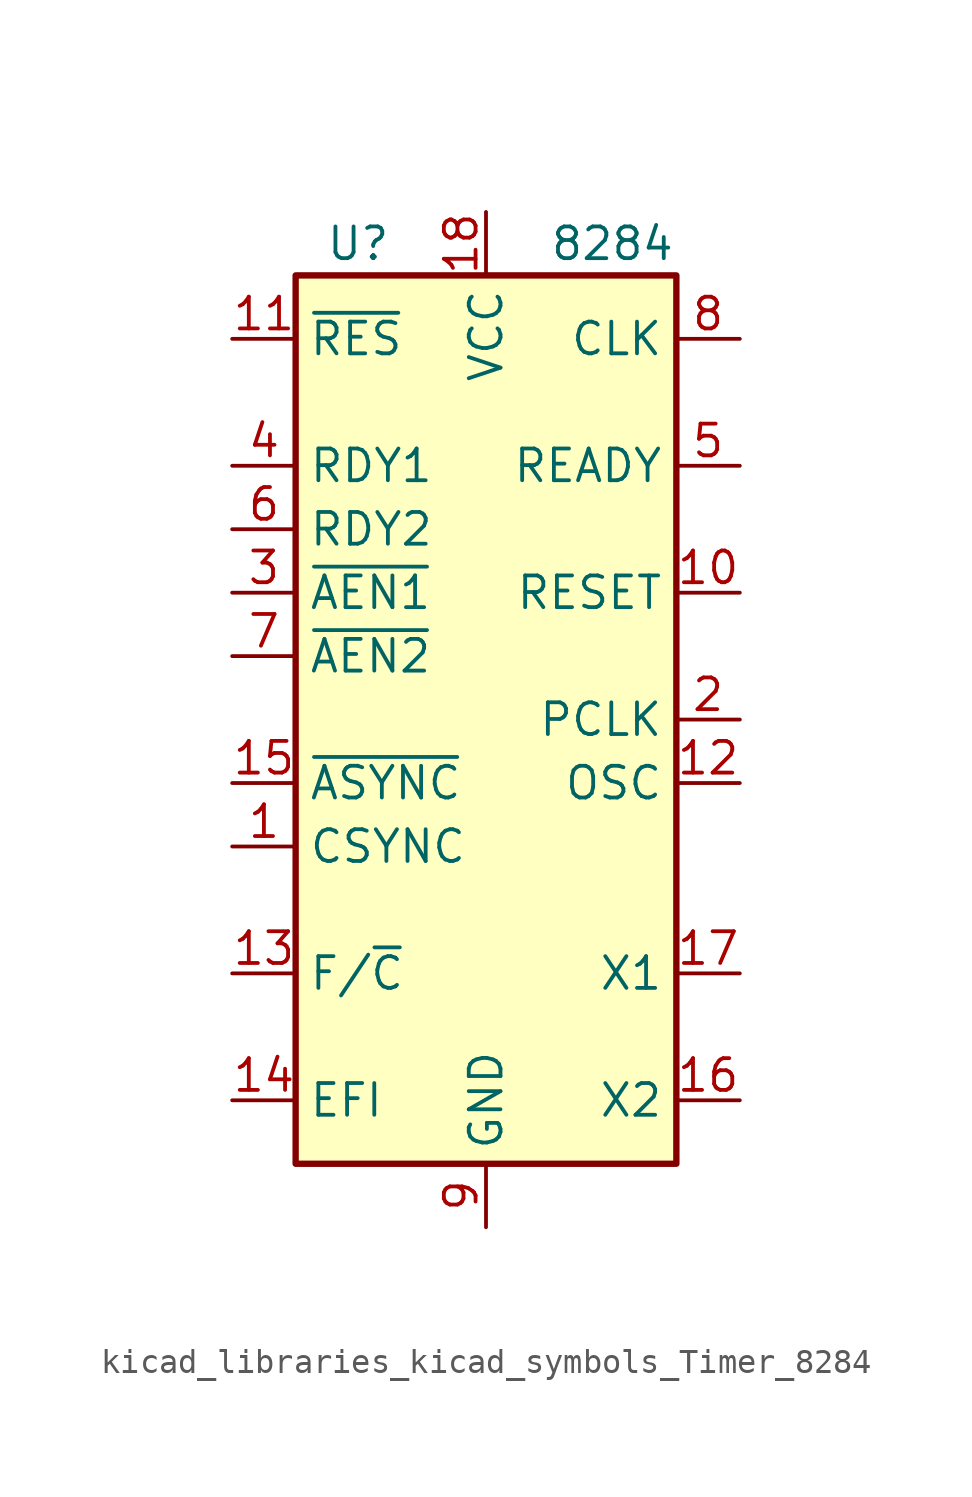
<source format=kicad_sym>
(kicad_symbol_lib
  (version 20220914)
  (generator kicad_symbol_editor)
  (symbol "kicad_libraries_kicad_symbols_Timer_8284"
    (property "Reference" "U"
      (at -3.81 19.05 0)
      (effects (font (size 1.27 1.27)) (justify right)))
    (property "Value" "8284"
      (at 2.54 19.05 0)
      (effects (font (size 1.27 1.27)) (justify left)))
    (symbol "kicad_libraries_kicad_symbols_Timer_8284_0_0"
      (rectangle (start -7.62 -17.78) (end 7.62 17.78) (stroke (width 0.254) (type default)) (fill (type background))))
    (symbol "kicad_libraries_kicad_symbols_Timer_8284_1_1"
      (pin input line (at -10.16 -5.08 0) (length 2.54) (name "CSYNC" (effects (font (size 1.27 1.27)))) (number "1" (effects (font (size 1.27 1.27)))))
      (pin output line (at 10.16 5.08 180) (length 2.54) (name "RESET" (effects (font (size 1.27 1.27)))) (number "10" (effects (font (size 1.27 1.27)))))
      (pin input line (at -10.16 15.24 0) (length 2.54) (name "~{RES}" (effects (font (size 1.27 1.27)))) (number "11" (effects (font (size 1.27 1.27)))))
      (pin output line (at 10.16 -2.54 180) (length 2.54) (name "OSC" (effects (font (size 1.27 1.27)))) (number "12" (effects (font (size 1.27 1.27)))))
      (pin input line (at -10.16 -10.16 0) (length 2.54) (name "F/~{C}" (effects (font (size 1.27 1.27)))) (number "13" (effects (font (size 1.27 1.27)))))
      (pin input line (at -10.16 -15.24 0) (length 2.54) (name "EFI" (effects (font (size 1.27 1.27)))) (number "14" (effects (font (size 1.27 1.27)))))
      (pin input line (at -10.16 -2.54 0) (length 2.54) (name "~{ASYNC}" (effects (font (size 1.27 1.27)))) (number "15" (effects (font (size 1.27 1.27)))))
      (pin output line (at 10.16 -15.24 180) (length 2.54) (name "X2" (effects (font (size 1.27 1.27)))) (number "16" (effects (font (size 1.27 1.27)))))
      (pin input line (at 10.16 -10.16 180) (length 2.54) (name "X1" (effects (font (size 1.27 1.27)))) (number "17" (effects (font (size 1.27 1.27)))))
      (pin power_in line (at 0 20.32 270) (length 2.54) (name "VCC" (effects (font (size 1.27 1.27)))) (number "18" (effects (font (size 1.27 1.27)))))
      (pin output line (at 10.16 0 180) (length 2.54) (name "PCLK" (effects (font (size 1.27 1.27)))) (number "2" (effects (font (size 1.27 1.27)))))
      (pin input line (at -10.16 5.08 0) (length 2.54) (name "~{AEN1}" (effects (font (size 1.27 1.27)))) (number "3" (effects (font (size 1.27 1.27)))))
      (pin input line (at -10.16 10.16 0) (length 2.54) (name "RDY1" (effects (font (size 1.27 1.27)))) (number "4" (effects (font (size 1.27 1.27)))))
      (pin output line (at 10.16 10.16 180) (length 2.54) (name "READY" (effects (font (size 1.27 1.27)))) (number "5" (effects (font (size 1.27 1.27)))))
      (pin input line (at -10.16 7.62 0) (length 2.54) (name "RDY2" (effects (font (size 1.27 1.27)))) (number "6" (effects (font (size 1.27 1.27)))))
      (pin input line (at -10.16 2.54 0) (length 2.54) (name "~{AEN2}" (effects (font (size 1.27 1.27)))) (number "7" (effects (font (size 1.27 1.27)))))
      (pin output line (at 10.16 15.24 180) (length 2.54) (name "CLK" (effects (font (size 1.27 1.27)))) (number "8" (effects (font (size 1.27 1.27)))))
      (pin power_in line (at 0 -20.32 90) (length 2.54) (name "GND" (effects (font (size 1.27 1.27)))) (number "9" (effects (font (size 1.27 1.27))))))))
</source>
